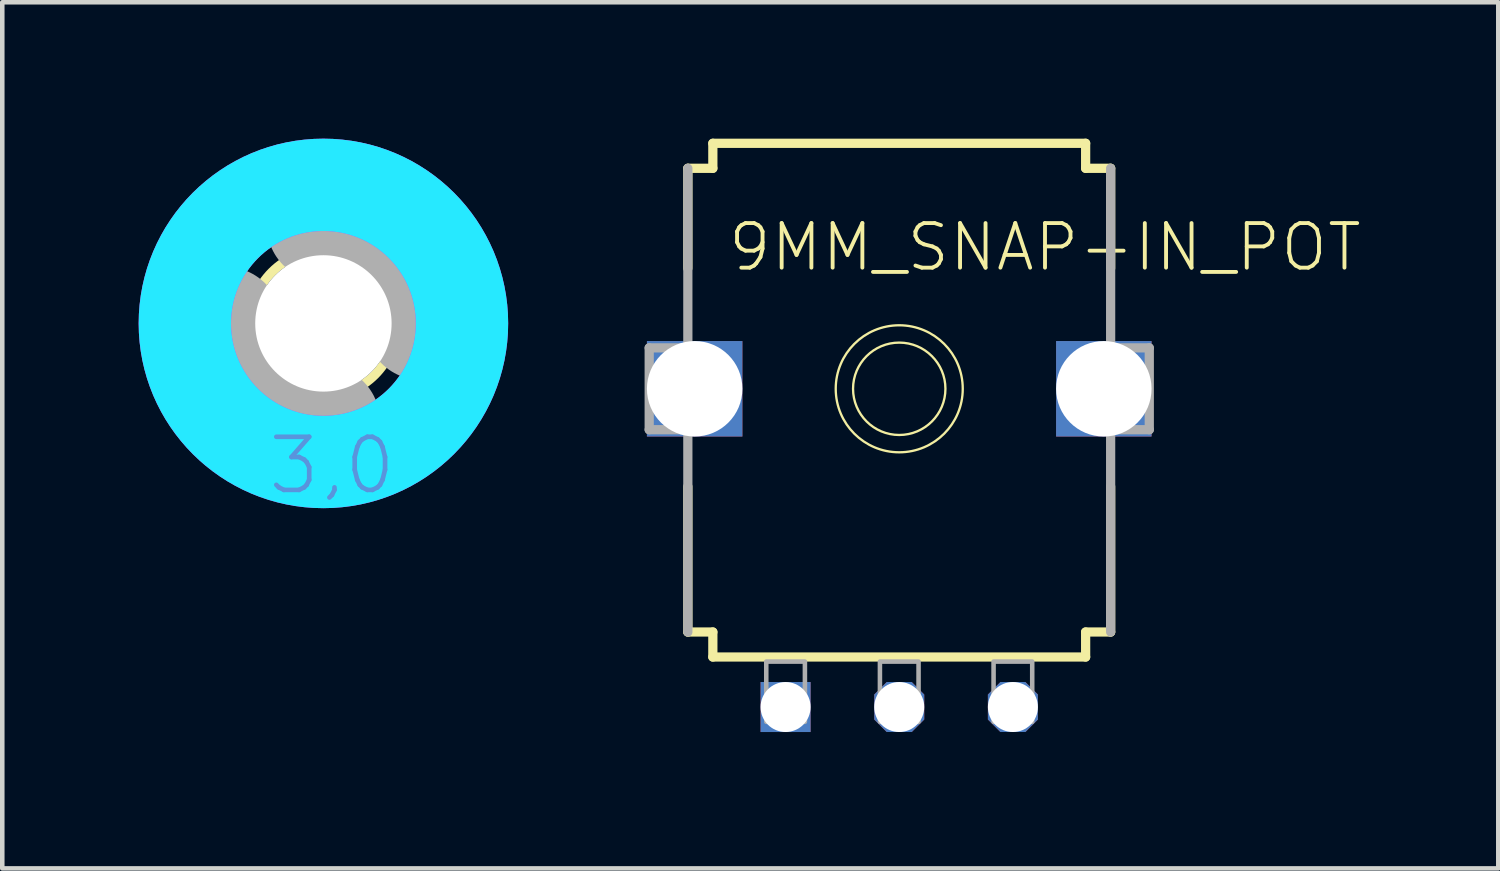
<source format=kicad_pcb>
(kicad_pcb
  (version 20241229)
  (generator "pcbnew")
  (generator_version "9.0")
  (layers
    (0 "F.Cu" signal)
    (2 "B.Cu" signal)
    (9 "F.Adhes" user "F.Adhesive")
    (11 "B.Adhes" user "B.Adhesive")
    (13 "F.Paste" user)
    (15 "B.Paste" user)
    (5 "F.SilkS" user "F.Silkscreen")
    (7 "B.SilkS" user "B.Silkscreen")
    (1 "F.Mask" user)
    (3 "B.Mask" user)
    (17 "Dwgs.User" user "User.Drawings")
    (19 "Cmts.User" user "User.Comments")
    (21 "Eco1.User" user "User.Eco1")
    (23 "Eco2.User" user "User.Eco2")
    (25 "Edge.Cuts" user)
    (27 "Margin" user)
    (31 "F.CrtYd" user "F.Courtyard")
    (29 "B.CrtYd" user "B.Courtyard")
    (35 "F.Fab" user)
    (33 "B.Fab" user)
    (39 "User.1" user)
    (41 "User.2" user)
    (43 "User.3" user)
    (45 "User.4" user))
  (footprint "9MM_SNAP-IN_POT"
    (layer "F.Cu")
    (at 16.73 5.502)
    (property "Reference" "9MM_SNAP-IN_POT" (at -3.81 -2.54 0) (layer "F.SilkS") (effects (font (size 0.981 0.981) (thickness 0.085)) (justify left bottom)))
    (fp_line (start -4.65 -2.65) (end -4.65 -4.85) (stroke (width 0.203) (type solid)) (layer "F.SilkS"))
    (fp_line (start -4.65 5.35) (end -4.65 2.15) (stroke (width 0.203) (type solid)) (layer "F.SilkS"))
    (fp_line (start -4.65 5.35) (end -4.1 5.35) (stroke (width 0.203) (type solid)) (layer "F.SilkS"))
    (fp_line (start -4.1 -5.4) (end -4.1 -4.85) (stroke (width 0.203) (type solid)) (layer "F.SilkS"))
    (fp_line (start -4.1 -5.4) (end 4.1 -5.4) (stroke (width 0.203) (type solid)) (layer "F.SilkS"))
    (fp_line (start -4.1 -4.85) (end -4.65 -4.85) (stroke (width 0.203) (type solid)) (layer "F.SilkS"))
    (fp_line (start -4.1 5.35) (end -4.1 5.9) (stroke (width 0.203) (type solid)) (layer "F.SilkS"))
    (fp_line (start 4.1 -4.85) (end 4.1 -5.4) (stroke (width 0.203) (type solid)) (layer "F.SilkS"))
    (fp_line (start 4.1 5.35) (end 4.65 5.35) (stroke (width 0.203) (type solid)) (layer "F.SilkS"))
    (fp_line (start 4.1 5.9) (end -4.1 5.9) (stroke (width 0.203) (type solid)) (layer "F.SilkS"))
    (fp_line (start 4.1 5.9) (end 4.1 5.35) (stroke (width 0.203) (type solid)) (layer "F.SilkS"))
    (fp_line (start 4.65 -4.85) (end 4.1 -4.85) (stroke (width 0.203) (type solid)) (layer "F.SilkS"))
    (fp_line (start 4.65 -4.85) (end 4.65 -2.65) (stroke (width 0.203) (type solid)) (layer "F.SilkS"))
    (fp_line (start 4.65 2.15) (end 4.65 5.35) (stroke (width 0.203) (type solid)) (layer "F.SilkS"))
    (fp_circle (center 0 0) (end 1.016 0) (stroke (width 0.051) (type solid)) (fill no) (layer "F.SilkS"))
    (fp_circle (center 0 0) (end 1.397 0) (stroke (width 0.051) (type solid)) (fill no) (layer "F.SilkS"))
    (fp_line (start -5.5 -0.9) (end -5.5 0.9) (stroke (width 0.203) (type solid)) (layer "F.Fab"))
    (fp_line (start -5.5 0.9) (end -4.75 0.9) (stroke (width 0.203) (type solid)) (layer "F.Fab"))
    (fp_line (start -4.75 -0.9) (end -5.5 -0.9) (stroke (width 0.203) (type solid)) (layer "F.Fab"))
    (fp_line (start -4.65 5.35) (end -4.65 -4.85) (stroke (width 0.203) (type solid)) (layer "F.Fab"))
    (fp_line (start 4.65 -4.85) (end 4.65 5.35) (stroke (width 0.203) (type solid)) (layer "F.Fab"))
    (fp_line (start 4.75 0.9) (end 5.5 0.9) (stroke (width 0.203) (type solid)) (layer "F.Fab"))
    (fp_line (start 5.5 -0.9) (end 4.75 -0.9) (stroke (width 0.203) (type solid)) (layer "F.Fab"))
    (fp_line (start 5.5 0.9) (end 5.5 -0.9) (stroke (width 0.203) (type solid)) (layer "F.Fab"))
    (fp_poly (pts (xy -2.925 7.325) (xy -2.075 7.325) (xy -2.075 6) (xy -2.925 6)) (stroke (width 0.1) (type solid)) (fill no) (layer "F.Fab"))
    (fp_poly (pts (xy -0.425 7.325) (xy 0.425 7.325) (xy 0.425 6) (xy -0.425 6)) (stroke (width 0.1) (type solid)) (fill no) (layer "F.Fab"))
    (fp_poly (pts (xy 2.075 7.325) (xy 2.925 7.325) (xy 2.925 6) (xy 2.075 6)) (stroke (width 0.1) (type solid)) (fill no) (layer "F.Fab"))
    (pad "1" thru_hole rect (at -2.5 7 270) (size 1.1 1.1) (drill 1.1) (layers "*.Cu" "*.Mask"))
    (pad "2" thru_hole roundrect (at 0 7 270) (size 1.1 1.1) (drill 1.1) (layers "*.Cu" "*.Mask") (roundrect_rratio 0.25) (chamfer_ratio 0.25) (chamfer top_left top_right bottom_left bottom_right))
    (pad "3" thru_hole roundrect (at 2.5 7 270) (size 1.1 1.1) (drill 1.1) (layers "*.Cu" "*.Mask") (roundrect_rratio 0.25) (chamfer_ratio 0.25) (chamfer top_left top_right bottom_left bottom_right))
    (pad "CHASSIS1" thru_hole rect (at -4.5 0 270) (size 2.1 2.1) (drill 2.1) (layers "*.Cu" "*.Mask"))
    (pad "CHASSIS2" thru_hole rect (at 4.5 0 270) (size 2.1 2.1) (drill 2.1) (layers "*.Cu" "*.Mask")))
  (footprint "3,0"
    (layer "F.Cu")
    (at 4.064 4.064)
    (property "Reference" "3,0" (at 0 0 0) (layer "F.SilkS") (effects (font (size 1.27 1.27) (thickness 0.15))))
    (fp_circle (center 0 0) (end 1.6 0) (stroke (width 0.203) (type solid)) (fill no) (layer "F.SilkS"))
    (fp_circle (center 0 0) (end 3.429 0) (stroke (width 0.152) (type solid)) (fill no) (layer "F.SilkS"))
    (fp_circle (center 0 0) (end 3.048 0) (stroke (width 2.032) (type solid)) (fill no) (layer "B.CrtYd"))
    (fp_circle (center 0 0) (end 3.048 0) (stroke (width 2.032) (type solid)) (fill no) (layer "F.CrtYd"))
    (fp_arc (start 0 -2.159) (mid 1.526644 -1.526644) (end 2.159 0) (stroke (width 2.4892) (type solid)) (layer "F.Fab"))
    (fp_arc (start 0 2.159) (mid -1.526644 1.526644) (end -2.159 0) (stroke (width 2.4892) (type solid)) (layer "F.Fab"))
    (fp_circle (center 0 0) (end 0.762 0) (stroke (width 0.457) (type solid)) (fill no) (layer "F.Fab"))
    (fp_text user "3,0" (at -1.27 3.81 0) (layer "Cmts.User") (effects (font (size 1.168 1.168) (thickness 0.102)) (justify left bottom)))
    (pad "" np_thru_hole circle (at 0 0) (size 3 3) (drill 3) (layers "*.Cu" "*.Mask"))
    (zone (net_name "") (layer "F.Cu") (hatch edge 0.508) (connect_pads) (min_thickness 0.254) (filled_areas_thickness no) (keepout (tracks not_allowed) (vias not_allowed) (pads not_allowed) (copperpour not_allowed) (footprints allowed)) (placement (enabled no)) (fill) (polygon (pts (xy 8.128 4.064) (xy 8.066 3.358) (xy 7.883 2.674) (xy 7.584 2.032) (xy 7.177 1.452) (xy 6.676 0.951) (xy 6.096 0.544) (xy 5.454 0.245) (xy 4.77 0.062) (xy 4.064 0) (xy 3.358 0.062) (xy 2.674 0.245) (xy 2.032 0.544) (xy 1.452 0.951) (xy 0.951 1.452) (xy 0.544 2.032) (xy 0.245 2.674) (xy 0.062 3.358) (xy 0 4.064) (xy 0.062 4.77) (xy 0.245 5.454) (xy 0.544 6.096) (xy 0.951 6.676) (xy 1.452 7.177) (xy 2.032 7.584) (xy 2.674 7.883) (xy 3.358 8.066) (xy 4.064 8.128) (xy 4.77 8.066) (xy 5.454 7.883) (xy 6.096 7.584) (xy 6.676 7.177) (xy 7.177 6.676) (xy 7.584 6.096) (xy 7.883 5.454) (xy 8.066 4.77))) (polygon (pts (xy 6.096 4.064) (xy 6.065 3.711) (xy 5.973 3.369) (xy 5.824 3.048) (xy 5.621 2.758) (xy 5.37 2.507) (xy 5.08 2.304) (xy 4.759 2.155) (xy 4.417 2.063) (xy 4.064 2.032) (xy 3.711 2.063) (xy 3.369 2.155) (xy 3.048 2.304) (xy 2.758 2.507) (xy 2.507 2.758) (xy 2.304 3.048) (xy 2.155 3.369) (xy 2.063 3.711) (xy 2.032 4.064) (xy 2.063 4.417) (xy 2.155 4.759) (xy 2.304 5.08) (xy 2.507 5.37) (xy 2.758 5.621) (xy 3.048 5.824) (xy 3.369 5.973) (xy 3.711 6.065) (xy 4.064 6.096) (xy 4.417 6.065) (xy 4.759 5.973) (xy 5.08 5.824) (xy 5.37 5.621) (xy 5.621 5.37) (xy 5.824 5.08) (xy 5.973 4.759) (xy 6.065 4.417))))
    (zone (net_name "") (layers "F.Cu" "B.Cu") (hatch edge 0.508) (connect_pads) (min_thickness 0.254) (filled_areas_thickness no) (keepout (tracks allowed) (vias not_allowed) (pads allowed) (copperpour allowed) (footprints allowed)) (placement (enabled no)) (fill) (polygon (pts (xy 8.128 4.064) (xy 8.066 3.358) (xy 7.883 2.674) (xy 7.584 2.032) (xy 7.177 1.452) (xy 6.676 0.951) (xy 6.096 0.544) (xy 5.454 0.245) (xy 4.77 0.062) (xy 4.064 0) (xy 3.358 0.062) (xy 2.674 0.245) (xy 2.032 0.544) (xy 1.452 0.951) (xy 0.951 1.452) (xy 0.544 2.032) (xy 0.245 2.674) (xy 0.062 3.358) (xy 0 4.064) (xy 0.062 4.77) (xy 0.245 5.454) (xy 0.544 6.096) (xy 0.951 6.676) (xy 1.452 7.177) (xy 2.032 7.584) (xy 2.674 7.883) (xy 3.358 8.066) (xy 4.064 8.128) (xy 4.77 8.066) (xy 5.454 7.883) (xy 6.096 7.584) (xy 6.676 7.177) (xy 7.177 6.676) (xy 7.584 6.096) (xy 7.883 5.454) (xy 8.066 4.77))) (polygon (pts (xy 6.096 4.064) (xy 6.065 3.711) (xy 5.973 3.369) (xy 5.824 3.048) (xy 5.621 2.758) (xy 5.37 2.507) (xy 5.08 2.304) (xy 4.759 2.155) (xy 4.417 2.063) (xy 4.064 2.032) (xy 3.711 2.063) (xy 3.369 2.155) (xy 3.048 2.304) (xy 2.758 2.507) (xy 2.507 2.758) (xy 2.304 3.048) (xy 2.155 3.369) (xy 2.063 3.711) (xy 2.032 4.064) (xy 2.063 4.417) (xy 2.155 4.759) (xy 2.304 5.08) (xy 2.507 5.37) (xy 2.758 5.621) (xy 3.048 5.824) (xy 3.369 5.973) (xy 3.711 6.065) (xy 4.064 6.096) (xy 4.417 6.065) (xy 4.759 5.973) (xy 5.08 5.824) (xy 5.37 5.621) (xy 5.621 5.37) (xy 5.824 5.08) (xy 5.973 4.759) (xy 6.065 4.417))))
    (zone (net_name "") (layer "B.Cu") (hatch edge 0.508) (connect_pads) (min_thickness 0.254) (filled_areas_thickness no) (keepout (tracks not_allowed) (vias not_allowed) (pads not_allowed) (copperpour not_allowed) (footprints allowed)) (placement (enabled no)) (fill) (polygon (pts (xy 8.128 4.064) (xy 8.066 3.358) (xy 7.883 2.674) (xy 7.584 2.032) (xy 7.177 1.452) (xy 6.676 0.951) (xy 6.096 0.544) (xy 5.454 0.245) (xy 4.77 0.062) (xy 4.064 0) (xy 3.358 0.062) (xy 2.674 0.245) (xy 2.032 0.544) (xy 1.452 0.951) (xy 0.951 1.452) (xy 0.544 2.032) (xy 0.245 2.674) (xy 0.062 3.358) (xy 0 4.064) (xy 0.062 4.77) (xy 0.245 5.454) (xy 0.544 6.096) (xy 0.951 6.676) (xy 1.452 7.177) (xy 2.032 7.584) (xy 2.674 7.883) (xy 3.358 8.066) (xy 4.064 8.128) (xy 4.77 8.066) (xy 5.454 7.883) (xy 6.096 7.584) (xy 6.676 7.177) (xy 7.177 6.676) (xy 7.584 6.096) (xy 7.883 5.454) (xy 8.066 4.77))) (polygon (pts (xy 6.096 4.064) (xy 6.065 3.711) (xy 5.973 3.369) (xy 5.824 3.048) (xy 5.621 2.758) (xy 5.37 2.507) (xy 5.08 2.304) (xy 4.759 2.155) (xy 4.417 2.063) (xy 4.064 2.032) (xy 3.711 2.063) (xy 3.369 2.155) (xy 3.048 2.304) (xy 2.758 2.507) (xy 2.507 2.758) (xy 2.304 3.048) (xy 2.155 3.369) (xy 2.063 3.711) (xy 2.032 4.064) (xy 2.063 4.417) (xy 2.155 4.759) (xy 2.304 5.08) (xy 2.507 5.37) (xy 2.758 5.621) (xy 3.048 5.824) (xy 3.369 5.973) (xy 3.711 6.065) (xy 4.064 6.096) (xy 4.417 6.065) (xy 4.759 5.973) (xy 5.08 5.824) (xy 5.37 5.621) (xy 5.621 5.37) (xy 5.824 5.08) (xy 5.973 4.759) (xy 6.065 4.417)))))
  (gr_rect
    (start -3 -3)
    (end 29.907 16.052)
    (stroke (width 0.1) (type default))
    (fill no)
    (layer "Edge.Cuts")))
</source>
